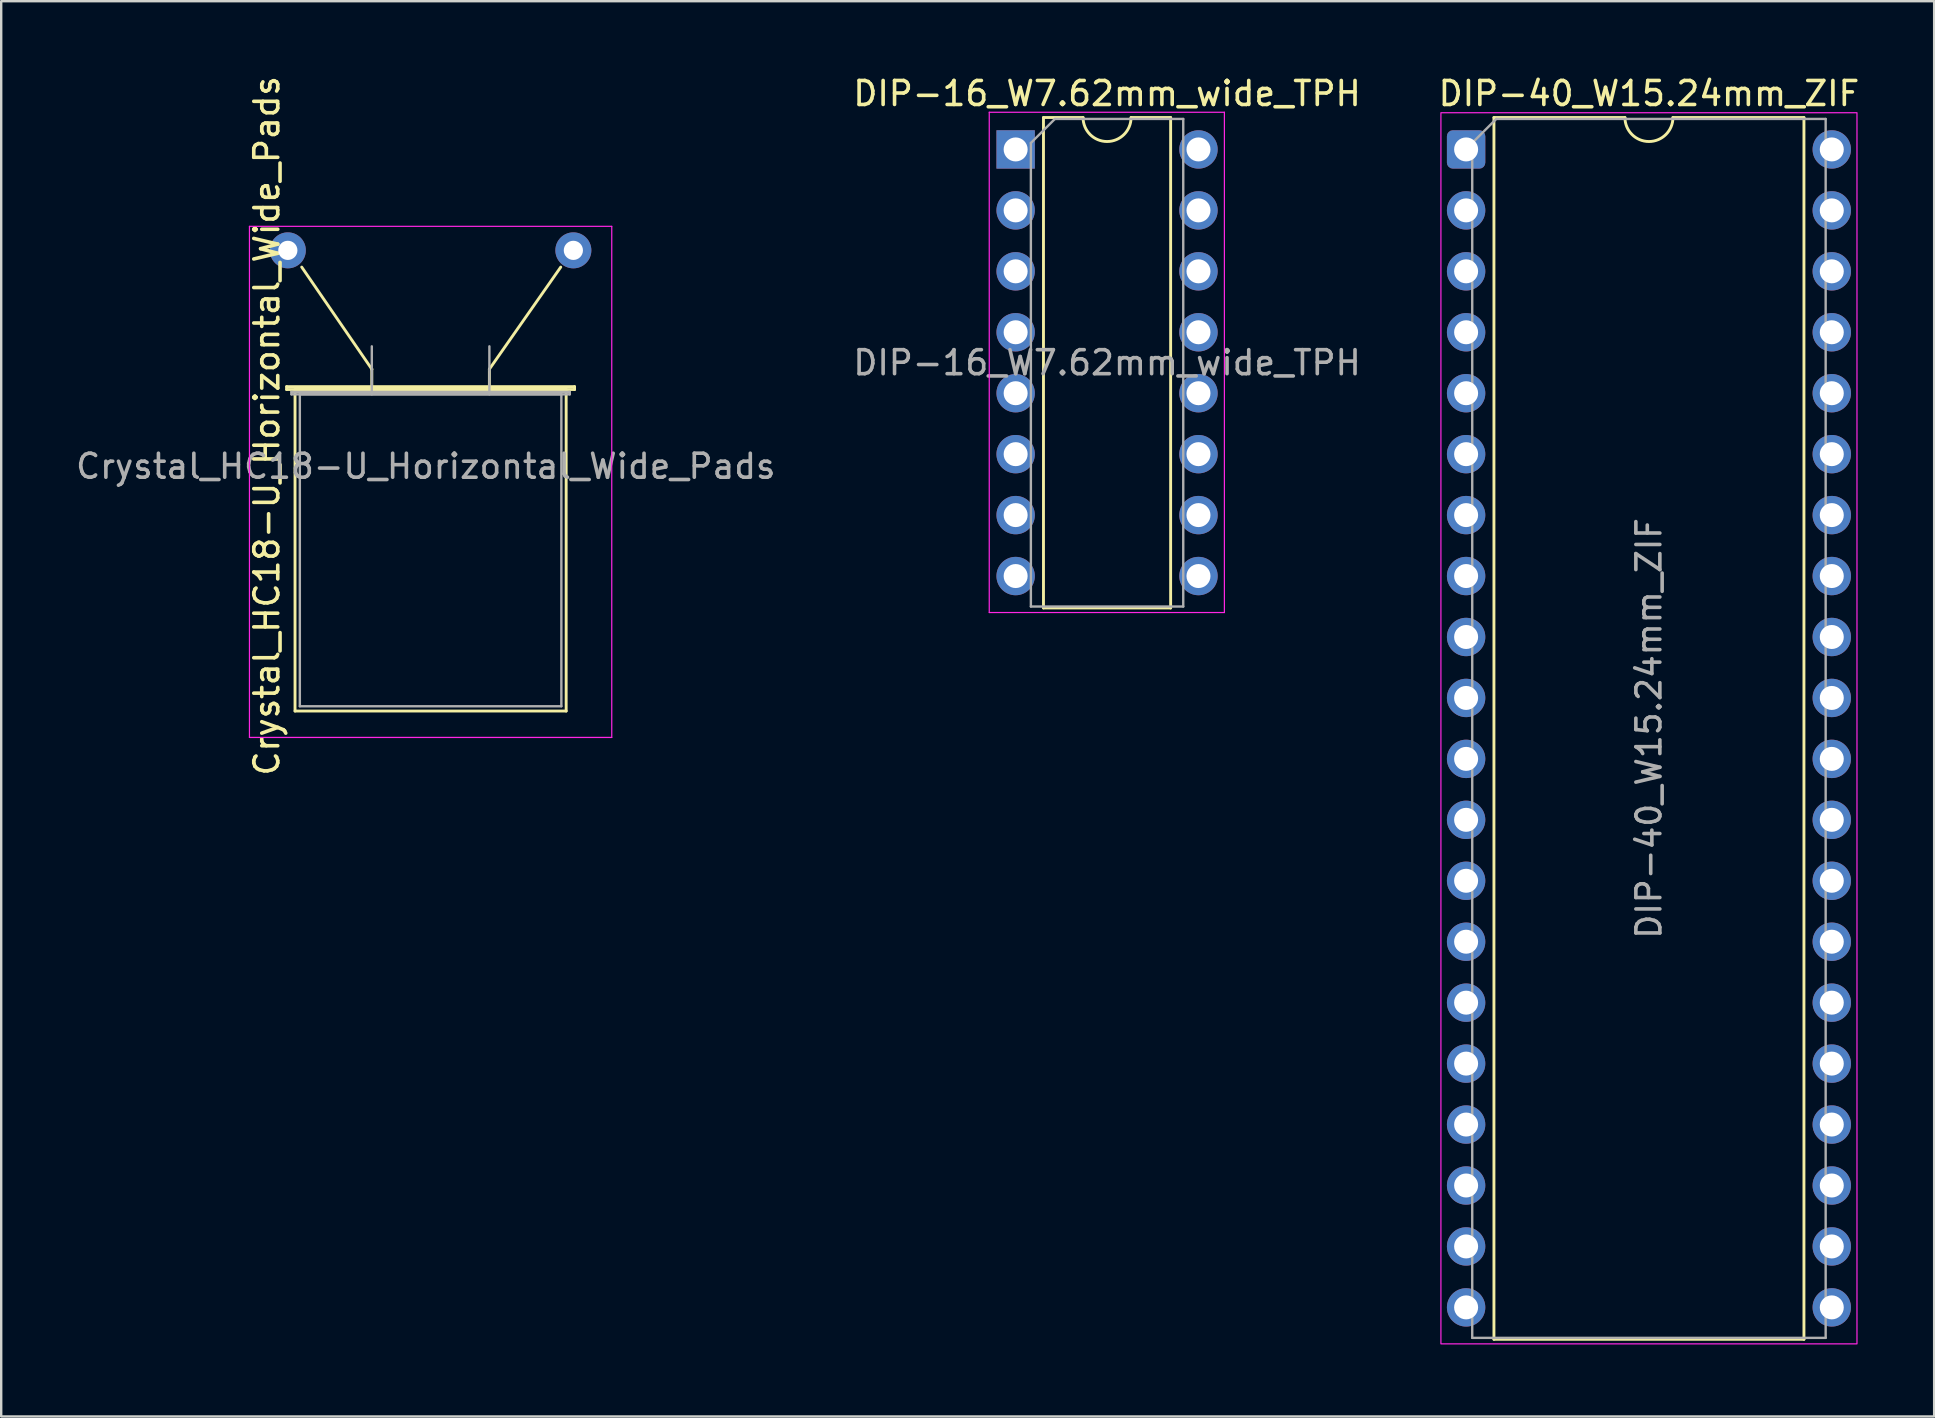
<source format=kicad_pcb>
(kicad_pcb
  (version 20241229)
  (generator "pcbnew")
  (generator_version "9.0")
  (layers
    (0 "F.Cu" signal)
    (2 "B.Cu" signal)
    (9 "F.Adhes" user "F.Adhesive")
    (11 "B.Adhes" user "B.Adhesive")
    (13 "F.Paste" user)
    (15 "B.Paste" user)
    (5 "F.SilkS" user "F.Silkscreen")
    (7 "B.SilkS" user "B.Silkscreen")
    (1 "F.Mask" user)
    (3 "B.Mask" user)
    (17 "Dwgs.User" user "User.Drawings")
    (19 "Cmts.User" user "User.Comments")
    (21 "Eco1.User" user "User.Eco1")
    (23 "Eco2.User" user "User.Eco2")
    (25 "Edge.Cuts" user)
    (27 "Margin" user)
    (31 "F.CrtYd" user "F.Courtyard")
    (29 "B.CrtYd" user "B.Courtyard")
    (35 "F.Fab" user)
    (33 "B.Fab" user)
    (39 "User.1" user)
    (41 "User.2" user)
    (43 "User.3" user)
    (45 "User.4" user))
  (footprint "DIP-16_W7.62mm_wide_TPH"
    (layer "F.Cu")
    (at 39.279 3.178)
    (property "Reference" "DIP-16_W7.62mm_wide_TPH" (at 3.81 -2.33 0) (layer "F.SilkS") (effects (font (size 1 1) (thickness 0.15))))
    (attr through_hole)
    (fp_line (start 1.16 -1.33) (end 1.16 19.11) (stroke (width 0.12) (type solid)) (layer "F.SilkS"))
    (fp_line (start 1.16 19.11) (end 6.46 19.11) (stroke (width 0.12) (type solid)) (layer "F.SilkS"))
    (fp_line (start 2.81 -1.33) (end 1.16 -1.33) (stroke (width 0.12) (type solid)) (layer "F.SilkS"))
    (fp_line (start 6.46 -1.33) (end 4.81 -1.33) (stroke (width 0.12) (type solid)) (layer "F.SilkS"))
    (fp_line (start 6.46 19.11) (end 6.46 -1.33) (stroke (width 0.12) (type solid)) (layer "F.SilkS"))
    (fp_arc (start 4.81 -1.33) (mid 3.81 -0.33) (end 2.81 -1.33) (stroke (width 0.12) (type solid)) (layer "F.SilkS"))
    (fp_line (start -1.1 -1.55) (end -1.1 19.3) (stroke (width 0.05) (type solid)) (layer "F.CrtYd"))
    (fp_line (start -1.1 19.3) (end 8.7 19.3) (stroke (width 0.05) (type solid)) (layer "F.CrtYd"))
    (fp_line (start 8.7 -1.55) (end -1.1 -1.55) (stroke (width 0.05) (type solid)) (layer "F.CrtYd"))
    (fp_line (start 8.7 19.3) (end 8.7 -1.55) (stroke (width 0.05) (type solid)) (layer "F.CrtYd"))
    (fp_line (start 0.635 -0.27) (end 1.635 -1.27) (stroke (width 0.1) (type solid)) (layer "F.Fab"))
    (fp_line (start 0.635 19.05) (end 0.635 -0.27) (stroke (width 0.1) (type solid)) (layer "F.Fab"))
    (fp_line (start 1.635 -1.27) (end 6.985 -1.27) (stroke (width 0.1) (type solid)) (layer "F.Fab"))
    (fp_line (start 6.985 -1.27) (end 6.985 19.05) (stroke (width 0.1) (type solid)) (layer "F.Fab"))
    (fp_line (start 6.985 19.05) (end 0.635 19.05) (stroke (width 0.1) (type solid)) (layer "F.Fab"))
    (fp_text user "${REFERENCE}" (at 3.81 8.89 0) (layer "F.Fab") (effects (font (size 1 1) (thickness 0.15))))
    (pad "1" thru_hole rect (at 0 0) (size 1.6 1.6) (drill 1) (layers "*.Cu" "*.Mask"))
    (pad "2" thru_hole oval (at 0 2.54) (size 1.6 1.6) (drill 1) (layers "*.Cu" "*.Mask"))
    (pad "3" thru_hole oval (at 0 5.08) (size 1.6 1.6) (drill 1) (layers "*.Cu" "*.Mask"))
    (pad "4" thru_hole oval (at 0 7.62) (size 1.6 1.6) (drill 1) (layers "*.Cu" "*.Mask"))
    (pad "5" thru_hole oval (at 0 10.16) (size 1.6 1.6) (drill 1) (layers "*.Cu" "*.Mask"))
    (pad "6" thru_hole oval (at 0 12.7) (size 1.6 1.6) (drill 1) (layers "*.Cu" "*.Mask"))
    (pad "7" thru_hole oval (at 0 15.24) (size 1.6 1.6) (drill 1) (layers "*.Cu" "*.Mask"))
    (pad "8" thru_hole oval (at 0 17.78) (size 1.6 1.6) (drill 1) (layers "*.Cu" "*.Mask"))
    (pad "9" thru_hole oval (at 7.62 17.78) (size 1.6 1.6) (drill 1) (layers "*.Cu" "*.Mask"))
    (pad "10" thru_hole oval (at 7.62 15.24) (size 1.6 1.6) (drill 1) (layers "*.Cu" "*.Mask"))
    (pad "11" thru_hole oval (at 7.62 12.7) (size 1.6 1.6) (drill 1) (layers "*.Cu" "*.Mask"))
    (pad "12" thru_hole oval (at 7.62 10.16) (size 1.6 1.6) (drill 1) (layers "*.Cu" "*.Mask"))
    (pad "13" thru_hole oval (at 7.62 7.62) (size 1.6 1.6) (drill 1) (layers "*.Cu" "*.Mask"))
    (pad "14" thru_hole oval (at 7.62 5.08) (size 1.6 1.6) (drill 1) (layers "*.Cu" "*.Mask"))
    (pad "15" thru_hole oval (at 7.62 2.54) (size 1.6 1.6) (drill 1) (layers "*.Cu" "*.Mask"))
    (pad "16" thru_hole oval (at 7.62 0) (size 1.6 1.6) (drill 1) (layers "*.Cu" "*.Mask")))
  (footprint "DIP-40_W15.24mm_ZIF"
    (layer "F.Cu")
    (at 58.053 3.178)
    (property "Reference" "DIP-40_W15.24mm_ZIF" (at 7.62 -2.33 0) (layer "F.SilkS") (effects (font (size 1 1) (thickness 0.15))))
    (attr through_hole)
    (fp_line (start 1.16 -1.33) (end 1.16 49.59) (stroke (width 0.12) (type solid)) (layer "F.SilkS"))
    (fp_line (start 1.16 49.59) (end 14.08 49.59) (stroke (width 0.12) (type solid)) (layer "F.SilkS"))
    (fp_line (start 6.62 -1.33) (end 1.16 -1.33) (stroke (width 0.12) (type solid)) (layer "F.SilkS"))
    (fp_line (start 14.08 -1.33) (end 8.62 -1.33) (stroke (width 0.12) (type solid)) (layer "F.SilkS"))
    (fp_line (start 14.08 49.59) (end 14.08 -1.33) (stroke (width 0.12) (type solid)) (layer "F.SilkS"))
    (fp_arc (start 8.62 -1.33) (mid 7.62 -0.33) (end 6.62 -1.33) (stroke (width 0.12) (type solid)) (layer "F.SilkS"))
    (fp_rect (start -1.05 -1.53) (end 16.29 49.78) (stroke (width 0.05) (type solid)) (fill no) (layer "F.CrtYd"))
    (fp_line (start 0.255 -0.27) (end 1.255 -1.27) (stroke (width 0.1) (type solid)) (layer "F.Fab"))
    (fp_line (start 0.255 49.53) (end 0.255 -0.27) (stroke (width 0.1) (type solid)) (layer "F.Fab"))
    (fp_line (start 1.255 -1.27) (end 14.985 -1.27) (stroke (width 0.1) (type solid)) (layer "F.Fab"))
    (fp_line (start 14.985 -1.27) (end 14.985 49.53) (stroke (width 0.1) (type solid)) (layer "F.Fab"))
    (fp_line (start 14.985 49.53) (end 0.255 49.53) (stroke (width 0.1) (type solid)) (layer "F.Fab"))
    (fp_text user "${REFERENCE}" (at 7.62 24.13 90) (layer "F.Fab") (effects (font (size 1 1) (thickness 0.15))))
    (pad "1" thru_hole roundrect (at 0 0) (size 1.6 1.6) (drill 1) (layers "*.Cu" "*.Mask") (roundrect_rratio 0.156))
    (pad "2" thru_hole circle (at 0 2.54) (size 1.6 1.6) (drill 1) (layers "*.Cu" "*.Mask"))
    (pad "3" thru_hole circle (at 0 5.08) (size 1.6 1.6) (drill 1) (layers "*.Cu" "*.Mask"))
    (pad "4" thru_hole circle (at 0 7.62) (size 1.6 1.6) (drill 1) (layers "*.Cu" "*.Mask"))
    (pad "5" thru_hole circle (at 0 10.16) (size 1.6 1.6) (drill 1) (layers "*.Cu" "*.Mask"))
    (pad "6" thru_hole circle (at 0 12.7) (size 1.6 1.6) (drill 1) (layers "*.Cu" "*.Mask"))
    (pad "7" thru_hole circle (at 0 15.24) (size 1.6 1.6) (drill 1) (layers "*.Cu" "*.Mask"))
    (pad "8" thru_hole circle (at 0 17.78) (size 1.6 1.6) (drill 1) (layers "*.Cu" "*.Mask"))
    (pad "9" thru_hole circle (at 0 20.32) (size 1.6 1.6) (drill 1) (layers "*.Cu" "*.Mask"))
    (pad "10" thru_hole circle (at 0 22.86) (size 1.6 1.6) (drill 1) (layers "*.Cu" "*.Mask"))
    (pad "11" thru_hole circle (at 0 25.4) (size 1.6 1.6) (drill 1) (layers "*.Cu" "*.Mask"))
    (pad "12" thru_hole circle (at 0 27.94) (size 1.6 1.6) (drill 1) (layers "*.Cu" "*.Mask"))
    (pad "13" thru_hole circle (at 0 30.48) (size 1.6 1.6) (drill 1) (layers "*.Cu" "*.Mask"))
    (pad "14" thru_hole circle (at 0 33.02) (size 1.6 1.6) (drill 1) (layers "*.Cu" "*.Mask"))
    (pad "15" thru_hole circle (at 0 35.56) (size 1.6 1.6) (drill 1) (layers "*.Cu" "*.Mask"))
    (pad "16" thru_hole circle (at 0 38.1) (size 1.6 1.6) (drill 1) (layers "*.Cu" "*.Mask"))
    (pad "17" thru_hole circle (at 0 40.64) (size 1.6 1.6) (drill 1) (layers "*.Cu" "*.Mask"))
    (pad "18" thru_hole circle (at 0 43.18) (size 1.6 1.6) (drill 1) (layers "*.Cu" "*.Mask"))
    (pad "19" thru_hole circle (at 0 45.72) (size 1.6 1.6) (drill 1) (layers "*.Cu" "*.Mask"))
    (pad "20" thru_hole circle (at 0 48.26) (size 1.6 1.6) (drill 1) (layers "*.Cu" "*.Mask"))
    (pad "21" thru_hole circle (at 15.24 48.26) (size 1.6 1.6) (drill 1) (layers "*.Cu" "*.Mask"))
    (pad "22" thru_hole circle (at 15.24 45.72) (size 1.6 1.6) (drill 1) (layers "*.Cu" "*.Mask"))
    (pad "23" thru_hole circle (at 15.24 43.18) (size 1.6 1.6) (drill 1) (layers "*.Cu" "*.Mask"))
    (pad "24" thru_hole circle (at 15.24 40.64) (size 1.6 1.6) (drill 1) (layers "*.Cu" "*.Mask"))
    (pad "25" thru_hole circle (at 15.24 38.1) (size 1.6 1.6) (drill 1) (layers "*.Cu" "*.Mask"))
    (pad "26" thru_hole circle (at 15.24 35.56) (size 1.6 1.6) (drill 1) (layers "*.Cu" "*.Mask"))
    (pad "27" thru_hole circle (at 15.24 33.02) (size 1.6 1.6) (drill 1) (layers "*.Cu" "*.Mask"))
    (pad "28" thru_hole circle (at 15.24 30.48) (size 1.6 1.6) (drill 1) (layers "*.Cu" "*.Mask"))
    (pad "29" thru_hole circle (at 15.24 27.94) (size 1.6 1.6) (drill 1) (layers "*.Cu" "*.Mask"))
    (pad "30" thru_hole circle (at 15.24 25.4) (size 1.6 1.6) (drill 1) (layers "*.Cu" "*.Mask"))
    (pad "31" thru_hole circle (at 15.24 22.86) (size 1.6 1.6) (drill 1) (layers "*.Cu" "*.Mask"))
    (pad "32" thru_hole circle (at 15.24 20.32) (size 1.6 1.6) (drill 1) (layers "*.Cu" "*.Mask"))
    (pad "33" thru_hole circle (at 15.24 17.78) (size 1.6 1.6) (drill 1) (layers "*.Cu" "*.Mask"))
    (pad "34" thru_hole circle (at 15.24 15.24) (size 1.6 1.6) (drill 1) (layers "*.Cu" "*.Mask"))
    (pad "35" thru_hole circle (at 15.24 12.7) (size 1.6 1.6) (drill 1) (layers "*.Cu" "*.Mask"))
    (pad "36" thru_hole circle (at 15.24 10.16) (size 1.6 1.6) (drill 1) (layers "*.Cu" "*.Mask"))
    (pad "37" thru_hole circle (at 15.24 7.62) (size 1.6 1.6) (drill 1) (layers "*.Cu" "*.Mask"))
    (pad "38" thru_hole circle (at 15.24 5.08) (size 1.6 1.6) (drill 1) (layers "*.Cu" "*.Mask"))
    (pad "39" thru_hole circle (at 15.24 2.54) (size 1.6 1.6) (drill 1) (layers "*.Cu" "*.Mask"))
    (pad "40" thru_hole circle (at 15.24 0) (size 1.6 1.6) (drill 1) (layers "*.Cu" "*.Mask")))
  (footprint "Crystal_HC18-U_Horizontal_Wide_Pads"
    (layer "F.Cu")
    (at 12.446 11.384)
    (property "Reference" "Crystal_HC18-U_Horizontal_Wide_Pads" (at -4.375 3.312 90) (layer "F.SilkS") (effects (font (size 1 1) (thickness 0.15))))
    (attr through_hole)
    (fp_line (start -3.55 1.68) (end 8.45 1.68) (stroke (width 0.12) (type solid)) (layer "F.SilkS"))
    (fp_line (start -3.55 1.8) (end -3.55 1.68) (stroke (width 0.12) (type solid)) (layer "F.SilkS"))
    (fp_line (start -3.2 1.8) (end -3.2 15.2) (stroke (width 0.12) (type solid)) (layer "F.SilkS"))
    (fp_line (start -3.2 15.2) (end 8.1 15.2) (stroke (width 0.12) (type solid)) (layer "F.SilkS"))
    (fp_line (start 0 0.95) (end -2.921 -3.302) (stroke (width 0.12) (type default)) (layer "F.SilkS"))
    (fp_line (start 0 0.95) (end 0 0.95) (stroke (width 0.12) (type solid)) (layer "F.SilkS"))
    (fp_line (start 0 1.8) (end 0 0.95) (stroke (width 0.12) (type solid)) (layer "F.SilkS"))
    (fp_line (start 4.9 0.95) (end 4.9 0.95) (stroke (width 0.12) (type solid)) (layer "F.SilkS"))
    (fp_line (start 4.9 0.95) (end 7.874 -3.302) (stroke (width 0.12) (type default)) (layer "F.SilkS"))
    (fp_line (start 4.9 1.8) (end 4.9 0.95) (stroke (width 0.12) (type solid)) (layer "F.SilkS"))
    (fp_line (start 8.1 1.8) (end -3.2 1.8) (stroke (width 0.12) (type solid)) (layer "F.SilkS"))
    (fp_line (start 8.1 15.2) (end 8.1 1.8) (stroke (width 0.12) (type solid)) (layer "F.SilkS"))
    (fp_line (start 8.45 1.68) (end 8.45 1.8) (stroke (width 0.12) (type solid)) (layer "F.SilkS"))
    (fp_line (start 8.45 1.8) (end -3.55 1.8) (stroke (width 0.12) (type solid)) (layer "F.SilkS"))
    (fp_line (start -5.1 -5) (end -5.1 16.3) (stroke (width 0.05) (type solid)) (layer "F.CrtYd"))
    (fp_line (start -5.1 16.3) (end 10 16.3) (stroke (width 0.05) (type solid)) (layer "F.CrtYd"))
    (fp_line (start 10 -5) (end -5.1 -5) (stroke (width 0.05) (type solid)) (layer "F.CrtYd"))
    (fp_line (start 10 16.3) (end 10 -5) (stroke (width 0.05) (type solid)) (layer "F.CrtYd"))
    (fp_line (start -3.35 1.9) (end 8.25 1.9) (stroke (width 0.1) (type solid)) (layer "F.Fab"))
    (fp_line (start -3.35 2) (end -3.35 1.9) (stroke (width 0.1) (type solid)) (layer "F.Fab"))
    (fp_line (start -3 2) (end -3 15) (stroke (width 0.1) (type solid)) (layer "F.Fab"))
    (fp_line (start -3 15) (end 7.9 15) (stroke (width 0.1) (type solid)) (layer "F.Fab"))
    (fp_line (start 0 1) (end 0 0) (stroke (width 0.1) (type solid)) (layer "F.Fab"))
    (fp_line (start 0 2) (end 0 1) (stroke (width 0.1) (type solid)) (layer "F.Fab"))
    (fp_line (start 4.9 1) (end 4.9 0) (stroke (width 0.1) (type solid)) (layer "F.Fab"))
    (fp_line (start 4.9 2) (end 4.9 1) (stroke (width 0.1) (type solid)) (layer "F.Fab"))
    (fp_line (start 7.9 2) (end -3 2) (stroke (width 0.1) (type solid)) (layer "F.Fab"))
    (fp_line (start 7.9 15) (end 7.9 2) (stroke (width 0.1) (type solid)) (layer "F.Fab"))
    (fp_line (start 8.25 1.9) (end 8.25 2) (stroke (width 0.1) (type solid)) (layer "F.Fab"))
    (fp_line (start 8.25 2) (end -3.35 2) (stroke (width 0.1) (type solid)) (layer "F.Fab"))
    (fp_text user "${REFERENCE}" (at 2.25 5 0) (layer "F.Fab") (effects (font (size 1 1) (thickness 0.15))))
    (pad "1" thru_hole circle (at -3.5 -4) (size 1.5 1.5) (drill 0.8) (layers "*.Cu" "*.Mask"))
    (pad "2" thru_hole circle (at 8.4 -4) (size 1.5 1.5) (drill 0.8) (layers "*.Cu" "*.Mask")))
  (gr_rect
    (start -3 -3)
    (end 77.56 55.983)
    (stroke (width 0.1) (type default))
    (fill no)
    (layer "Edge.Cuts")))
</source>
